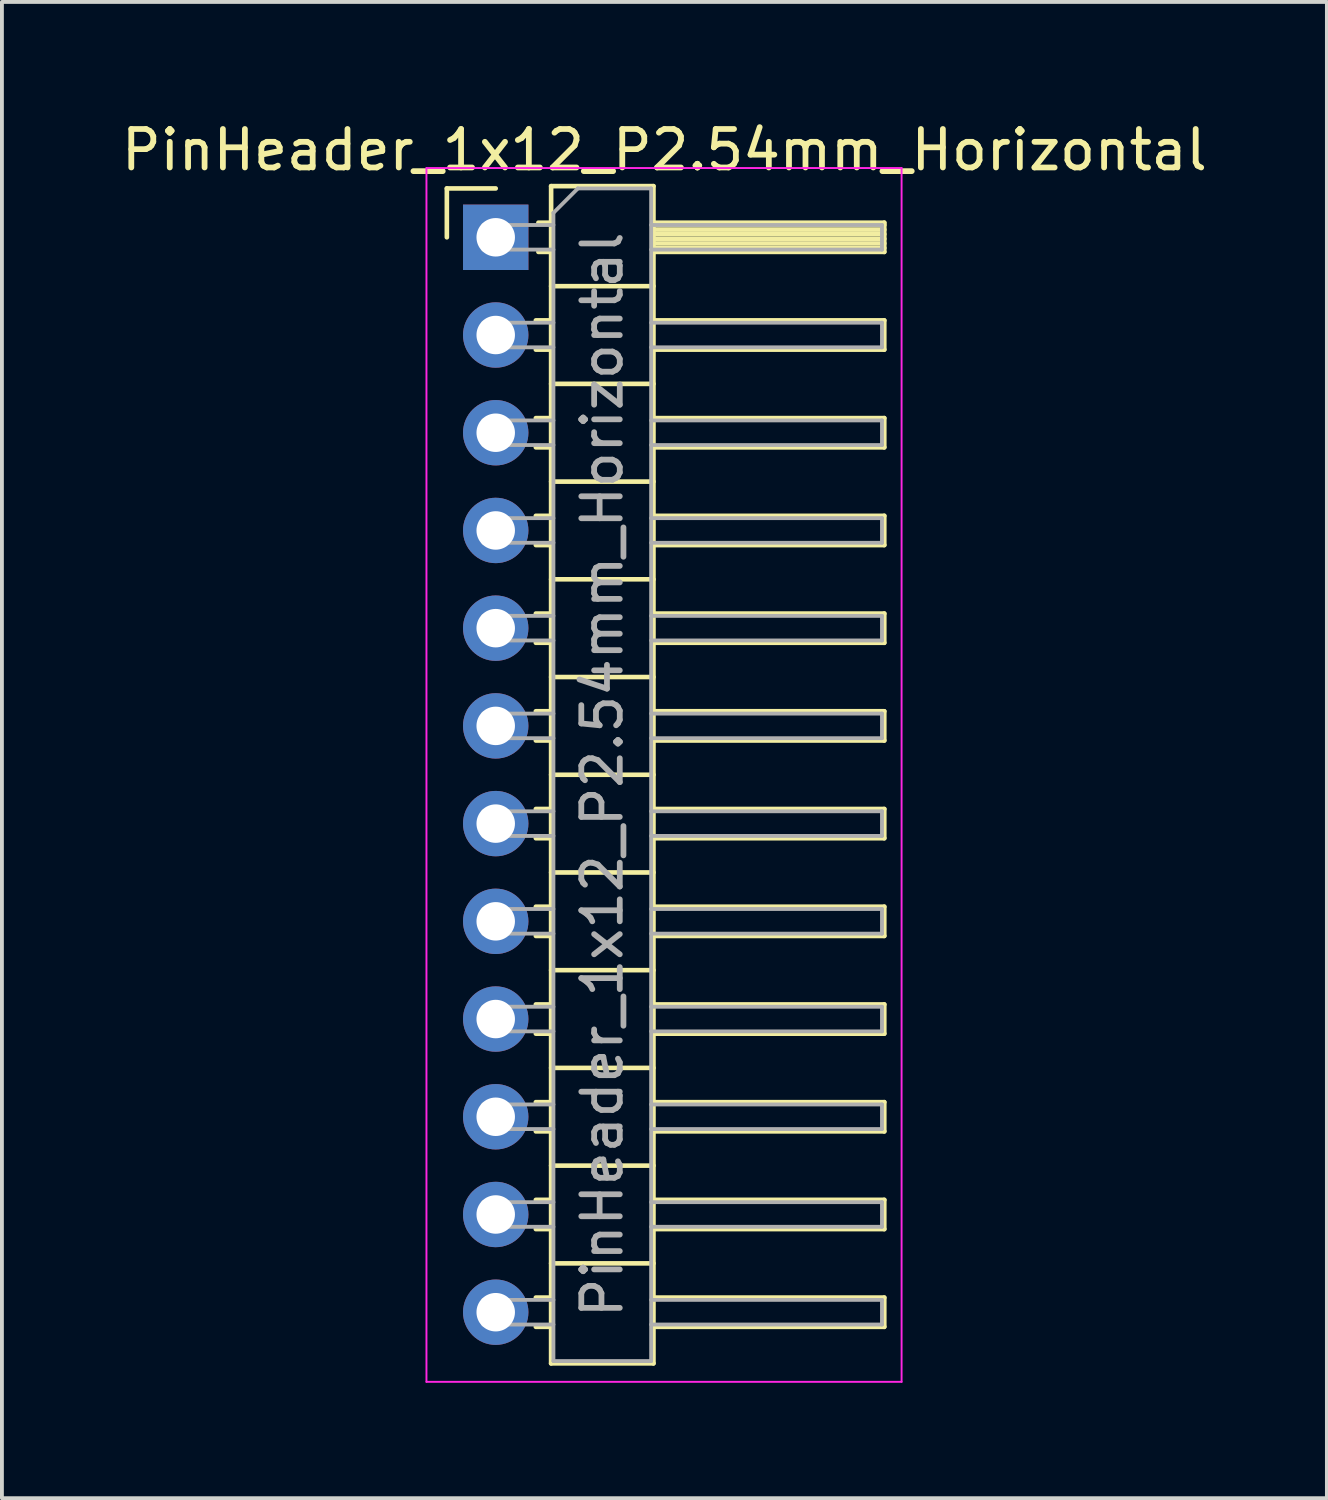
<source format=kicad_pcb>
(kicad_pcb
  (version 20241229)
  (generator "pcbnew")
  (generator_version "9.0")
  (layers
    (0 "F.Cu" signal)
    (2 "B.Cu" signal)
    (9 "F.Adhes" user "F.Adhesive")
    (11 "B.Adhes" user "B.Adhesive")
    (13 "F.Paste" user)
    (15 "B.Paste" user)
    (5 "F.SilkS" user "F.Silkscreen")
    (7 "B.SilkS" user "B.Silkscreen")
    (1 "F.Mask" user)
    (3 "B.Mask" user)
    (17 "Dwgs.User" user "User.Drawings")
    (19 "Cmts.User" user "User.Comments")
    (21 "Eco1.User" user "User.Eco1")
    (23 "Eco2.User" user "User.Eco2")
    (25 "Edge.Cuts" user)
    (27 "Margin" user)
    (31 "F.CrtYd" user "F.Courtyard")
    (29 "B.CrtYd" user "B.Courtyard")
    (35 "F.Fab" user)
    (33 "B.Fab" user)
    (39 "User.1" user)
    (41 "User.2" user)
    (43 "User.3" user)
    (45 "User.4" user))
  (footprint "PinHeader_1x12_P2.54mm_Horizontal"
    (layer "F.Cu")
    (at 9.835 3.118)
    (property "Reference" "PinHeader_1x12_P2.54mm_Horizontal" (at 4.385 -2.27 0) (layer "F.SilkS") (effects (font (size 1 1) (thickness 0.15))))
    (attr through_hole)
    (fp_line (start -1.27 -1.27) (end 0 -1.27) (stroke (width 0.12) (type solid)) (layer "F.SilkS"))
    (fp_line (start -1.27 0) (end -1.27 -1.27) (stroke (width 0.12) (type solid)) (layer "F.SilkS"))
    (fp_line (start 1.043 2.16) (end 1.44 2.16) (stroke (width 0.12) (type solid)) (layer "F.SilkS"))
    (fp_line (start 1.043 2.92) (end 1.44 2.92) (stroke (width 0.12) (type solid)) (layer "F.SilkS"))
    (fp_line (start 1.043 4.7) (end 1.44 4.7) (stroke (width 0.12) (type solid)) (layer "F.SilkS"))
    (fp_line (start 1.043 5.46) (end 1.44 5.46) (stroke (width 0.12) (type solid)) (layer "F.SilkS"))
    (fp_line (start 1.043 7.24) (end 1.44 7.24) (stroke (width 0.12) (type solid)) (layer "F.SilkS"))
    (fp_line (start 1.043 8) (end 1.44 8) (stroke (width 0.12) (type solid)) (layer "F.SilkS"))
    (fp_line (start 1.043 9.78) (end 1.44 9.78) (stroke (width 0.12) (type solid)) (layer "F.SilkS"))
    (fp_line (start 1.043 10.54) (end 1.44 10.54) (stroke (width 0.12) (type solid)) (layer "F.SilkS"))
    (fp_line (start 1.043 12.32) (end 1.44 12.32) (stroke (width 0.12) (type solid)) (layer "F.SilkS"))
    (fp_line (start 1.043 13.08) (end 1.44 13.08) (stroke (width 0.12) (type solid)) (layer "F.SilkS"))
    (fp_line (start 1.043 14.86) (end 1.44 14.86) (stroke (width 0.12) (type solid)) (layer "F.SilkS"))
    (fp_line (start 1.043 15.62) (end 1.44 15.62) (stroke (width 0.12) (type solid)) (layer "F.SilkS"))
    (fp_line (start 1.043 17.4) (end 1.44 17.4) (stroke (width 0.12) (type solid)) (layer "F.SilkS"))
    (fp_line (start 1.043 18.16) (end 1.44 18.16) (stroke (width 0.12) (type solid)) (layer "F.SilkS"))
    (fp_line (start 1.043 19.94) (end 1.44 19.94) (stroke (width 0.12) (type solid)) (layer "F.SilkS"))
    (fp_line (start 1.043 20.7) (end 1.44 20.7) (stroke (width 0.12) (type solid)) (layer "F.SilkS"))
    (fp_line (start 1.043 22.48) (end 1.44 22.48) (stroke (width 0.12) (type solid)) (layer "F.SilkS"))
    (fp_line (start 1.043 23.24) (end 1.44 23.24) (stroke (width 0.12) (type solid)) (layer "F.SilkS"))
    (fp_line (start 1.043 25.02) (end 1.44 25.02) (stroke (width 0.12) (type solid)) (layer "F.SilkS"))
    (fp_line (start 1.043 25.78) (end 1.44 25.78) (stroke (width 0.12) (type solid)) (layer "F.SilkS"))
    (fp_line (start 1.043 27.56) (end 1.44 27.56) (stroke (width 0.12) (type solid)) (layer "F.SilkS"))
    (fp_line (start 1.043 28.32) (end 1.44 28.32) (stroke (width 0.12) (type solid)) (layer "F.SilkS"))
    (fp_line (start 1.11 -0.38) (end 1.44 -0.38) (stroke (width 0.12) (type solid)) (layer "F.SilkS"))
    (fp_line (start 1.11 0.38) (end 1.44 0.38) (stroke (width 0.12) (type solid)) (layer "F.SilkS"))
    (fp_line (start 1.44 -1.33) (end 1.44 29.27) (stroke (width 0.12) (type solid)) (layer "F.SilkS"))
    (fp_line (start 1.44 1.27) (end 4.1 1.27) (stroke (width 0.12) (type solid)) (layer "F.SilkS"))
    (fp_line (start 1.44 3.81) (end 4.1 3.81) (stroke (width 0.12) (type solid)) (layer "F.SilkS"))
    (fp_line (start 1.44 6.35) (end 4.1 6.35) (stroke (width 0.12) (type solid)) (layer "F.SilkS"))
    (fp_line (start 1.44 8.89) (end 4.1 8.89) (stroke (width 0.12) (type solid)) (layer "F.SilkS"))
    (fp_line (start 1.44 11.43) (end 4.1 11.43) (stroke (width 0.12) (type solid)) (layer "F.SilkS"))
    (fp_line (start 1.44 13.97) (end 4.1 13.97) (stroke (width 0.12) (type solid)) (layer "F.SilkS"))
    (fp_line (start 1.44 16.51) (end 4.1 16.51) (stroke (width 0.12) (type solid)) (layer "F.SilkS"))
    (fp_line (start 1.44 19.05) (end 4.1 19.05) (stroke (width 0.12) (type solid)) (layer "F.SilkS"))
    (fp_line (start 1.44 21.59) (end 4.1 21.59) (stroke (width 0.12) (type solid)) (layer "F.SilkS"))
    (fp_line (start 1.44 24.13) (end 4.1 24.13) (stroke (width 0.12) (type solid)) (layer "F.SilkS"))
    (fp_line (start 1.44 26.67) (end 4.1 26.67) (stroke (width 0.12) (type solid)) (layer "F.SilkS"))
    (fp_line (start 1.44 29.27) (end 4.1 29.27) (stroke (width 0.12) (type solid)) (layer "F.SilkS"))
    (fp_line (start 4.1 -1.33) (end 1.44 -1.33) (stroke (width 0.12) (type solid)) (layer "F.SilkS"))
    (fp_line (start 4.1 -0.38) (end 10.1 -0.38) (stroke (width 0.12) (type solid)) (layer "F.SilkS"))
    (fp_line (start 4.1 -0.32) (end 10.1 -0.32) (stroke (width 0.12) (type solid)) (layer "F.SilkS"))
    (fp_line (start 4.1 -0.2) (end 10.1 -0.2) (stroke (width 0.12) (type solid)) (layer "F.SilkS"))
    (fp_line (start 4.1 -0.08) (end 10.1 -0.08) (stroke (width 0.12) (type solid)) (layer "F.SilkS"))
    (fp_line (start 4.1 0.04) (end 10.1 0.04) (stroke (width 0.12) (type solid)) (layer "F.SilkS"))
    (fp_line (start 4.1 0.16) (end 10.1 0.16) (stroke (width 0.12) (type solid)) (layer "F.SilkS"))
    (fp_line (start 4.1 0.28) (end 10.1 0.28) (stroke (width 0.12) (type solid)) (layer "F.SilkS"))
    (fp_line (start 4.1 2.16) (end 10.1 2.16) (stroke (width 0.12) (type solid)) (layer "F.SilkS"))
    (fp_line (start 4.1 4.7) (end 10.1 4.7) (stroke (width 0.12) (type solid)) (layer "F.SilkS"))
    (fp_line (start 4.1 7.24) (end 10.1 7.24) (stroke (width 0.12) (type solid)) (layer "F.SilkS"))
    (fp_line (start 4.1 9.78) (end 10.1 9.78) (stroke (width 0.12) (type solid)) (layer "F.SilkS"))
    (fp_line (start 4.1 12.32) (end 10.1 12.32) (stroke (width 0.12) (type solid)) (layer "F.SilkS"))
    (fp_line (start 4.1 14.86) (end 10.1 14.86) (stroke (width 0.12) (type solid)) (layer "F.SilkS"))
    (fp_line (start 4.1 17.4) (end 10.1 17.4) (stroke (width 0.12) (type solid)) (layer "F.SilkS"))
    (fp_line (start 4.1 19.94) (end 10.1 19.94) (stroke (width 0.12) (type solid)) (layer "F.SilkS"))
    (fp_line (start 4.1 22.48) (end 10.1 22.48) (stroke (width 0.12) (type solid)) (layer "F.SilkS"))
    (fp_line (start 4.1 25.02) (end 10.1 25.02) (stroke (width 0.12) (type solid)) (layer "F.SilkS"))
    (fp_line (start 4.1 27.56) (end 10.1 27.56) (stroke (width 0.12) (type solid)) (layer "F.SilkS"))
    (fp_line (start 4.1 29.27) (end 4.1 -1.33) (stroke (width 0.12) (type solid)) (layer "F.SilkS"))
    (fp_line (start 10.1 -0.38) (end 10.1 0.38) (stroke (width 0.12) (type solid)) (layer "F.SilkS"))
    (fp_line (start 10.1 0.38) (end 4.1 0.38) (stroke (width 0.12) (type solid)) (layer "F.SilkS"))
    (fp_line (start 10.1 2.16) (end 10.1 2.92) (stroke (width 0.12) (type solid)) (layer "F.SilkS"))
    (fp_line (start 10.1 2.92) (end 4.1 2.92) (stroke (width 0.12) (type solid)) (layer "F.SilkS"))
    (fp_line (start 10.1 4.7) (end 10.1 5.46) (stroke (width 0.12) (type solid)) (layer "F.SilkS"))
    (fp_line (start 10.1 5.46) (end 4.1 5.46) (stroke (width 0.12) (type solid)) (layer "F.SilkS"))
    (fp_line (start 10.1 7.24) (end 10.1 8) (stroke (width 0.12) (type solid)) (layer "F.SilkS"))
    (fp_line (start 10.1 8) (end 4.1 8) (stroke (width 0.12) (type solid)) (layer "F.SilkS"))
    (fp_line (start 10.1 9.78) (end 10.1 10.54) (stroke (width 0.12) (type solid)) (layer "F.SilkS"))
    (fp_line (start 10.1 10.54) (end 4.1 10.54) (stroke (width 0.12) (type solid)) (layer "F.SilkS"))
    (fp_line (start 10.1 12.32) (end 10.1 13.08) (stroke (width 0.12) (type solid)) (layer "F.SilkS"))
    (fp_line (start 10.1 13.08) (end 4.1 13.08) (stroke (width 0.12) (type solid)) (layer "F.SilkS"))
    (fp_line (start 10.1 14.86) (end 10.1 15.62) (stroke (width 0.12) (type solid)) (layer "F.SilkS"))
    (fp_line (start 10.1 15.62) (end 4.1 15.62) (stroke (width 0.12) (type solid)) (layer "F.SilkS"))
    (fp_line (start 10.1 17.4) (end 10.1 18.16) (stroke (width 0.12) (type solid)) (layer "F.SilkS"))
    (fp_line (start 10.1 18.16) (end 4.1 18.16) (stroke (width 0.12) (type solid)) (layer "F.SilkS"))
    (fp_line (start 10.1 19.94) (end 10.1 20.7) (stroke (width 0.12) (type solid)) (layer "F.SilkS"))
    (fp_line (start 10.1 20.7) (end 4.1 20.7) (stroke (width 0.12) (type solid)) (layer "F.SilkS"))
    (fp_line (start 10.1 22.48) (end 10.1 23.24) (stroke (width 0.12) (type solid)) (layer "F.SilkS"))
    (fp_line (start 10.1 23.24) (end 4.1 23.24) (stroke (width 0.12) (type solid)) (layer "F.SilkS"))
    (fp_line (start 10.1 25.02) (end 10.1 25.78) (stroke (width 0.12) (type solid)) (layer "F.SilkS"))
    (fp_line (start 10.1 25.78) (end 4.1 25.78) (stroke (width 0.12) (type solid)) (layer "F.SilkS"))
    (fp_line (start 10.1 27.56) (end 10.1 28.32) (stroke (width 0.12) (type solid)) (layer "F.SilkS"))
    (fp_line (start 10.1 28.32) (end 4.1 28.32) (stroke (width 0.12) (type solid)) (layer "F.SilkS"))
    (fp_line (start -1.8 -1.8) (end -1.8 29.75) (stroke (width 0.05) (type solid)) (layer "F.CrtYd"))
    (fp_line (start -1.8 29.75) (end 10.55 29.75) (stroke (width 0.05) (type solid)) (layer "F.CrtYd"))
    (fp_line (start 10.55 -1.8) (end -1.8 -1.8) (stroke (width 0.05) (type solid)) (layer "F.CrtYd"))
    (fp_line (start 10.55 29.75) (end 10.55 -1.8) (stroke (width 0.05) (type solid)) (layer "F.CrtYd"))
    (fp_line (start -0.32 -0.32) (end -0.32 0.32) (stroke (width 0.1) (type solid)) (layer "F.Fab"))
    (fp_line (start -0.32 -0.32) (end 1.5 -0.32) (stroke (width 0.1) (type solid)) (layer "F.Fab"))
    (fp_line (start -0.32 0.32) (end 1.5 0.32) (stroke (width 0.1) (type solid)) (layer "F.Fab"))
    (fp_line (start -0.32 2.22) (end -0.32 2.86) (stroke (width 0.1) (type solid)) (layer "F.Fab"))
    (fp_line (start -0.32 2.22) (end 1.5 2.22) (stroke (width 0.1) (type solid)) (layer "F.Fab"))
    (fp_line (start -0.32 2.86) (end 1.5 2.86) (stroke (width 0.1) (type solid)) (layer "F.Fab"))
    (fp_line (start -0.32 4.76) (end -0.32 5.4) (stroke (width 0.1) (type solid)) (layer "F.Fab"))
    (fp_line (start -0.32 4.76) (end 1.5 4.76) (stroke (width 0.1) (type solid)) (layer "F.Fab"))
    (fp_line (start -0.32 5.4) (end 1.5 5.4) (stroke (width 0.1) (type solid)) (layer "F.Fab"))
    (fp_line (start -0.32 7.3) (end -0.32 7.94) (stroke (width 0.1) (type solid)) (layer "F.Fab"))
    (fp_line (start -0.32 7.3) (end 1.5 7.3) (stroke (width 0.1) (type solid)) (layer "F.Fab"))
    (fp_line (start -0.32 7.94) (end 1.5 7.94) (stroke (width 0.1) (type solid)) (layer "F.Fab"))
    (fp_line (start -0.32 9.84) (end -0.32 10.48) (stroke (width 0.1) (type solid)) (layer "F.Fab"))
    (fp_line (start -0.32 9.84) (end 1.5 9.84) (stroke (width 0.1) (type solid)) (layer "F.Fab"))
    (fp_line (start -0.32 10.48) (end 1.5 10.48) (stroke (width 0.1) (type solid)) (layer "F.Fab"))
    (fp_line (start -0.32 12.38) (end -0.32 13.02) (stroke (width 0.1) (type solid)) (layer "F.Fab"))
    (fp_line (start -0.32 12.38) (end 1.5 12.38) (stroke (width 0.1) (type solid)) (layer "F.Fab"))
    (fp_line (start -0.32 13.02) (end 1.5 13.02) (stroke (width 0.1) (type solid)) (layer "F.Fab"))
    (fp_line (start -0.32 14.92) (end -0.32 15.56) (stroke (width 0.1) (type solid)) (layer "F.Fab"))
    (fp_line (start -0.32 14.92) (end 1.5 14.92) (stroke (width 0.1) (type solid)) (layer "F.Fab"))
    (fp_line (start -0.32 15.56) (end 1.5 15.56) (stroke (width 0.1) (type solid)) (layer "F.Fab"))
    (fp_line (start -0.32 17.46) (end -0.32 18.1) (stroke (width 0.1) (type solid)) (layer "F.Fab"))
    (fp_line (start -0.32 17.46) (end 1.5 17.46) (stroke (width 0.1) (type solid)) (layer "F.Fab"))
    (fp_line (start -0.32 18.1) (end 1.5 18.1) (stroke (width 0.1) (type solid)) (layer "F.Fab"))
    (fp_line (start -0.32 20) (end -0.32 20.64) (stroke (width 0.1) (type solid)) (layer "F.Fab"))
    (fp_line (start -0.32 20) (end 1.5 20) (stroke (width 0.1) (type solid)) (layer "F.Fab"))
    (fp_line (start -0.32 20.64) (end 1.5 20.64) (stroke (width 0.1) (type solid)) (layer "F.Fab"))
    (fp_line (start -0.32 22.54) (end -0.32 23.18) (stroke (width 0.1) (type solid)) (layer "F.Fab"))
    (fp_line (start -0.32 22.54) (end 1.5 22.54) (stroke (width 0.1) (type solid)) (layer "F.Fab"))
    (fp_line (start -0.32 23.18) (end 1.5 23.18) (stroke (width 0.1) (type solid)) (layer "F.Fab"))
    (fp_line (start -0.32 25.08) (end -0.32 25.72) (stroke (width 0.1) (type solid)) (layer "F.Fab"))
    (fp_line (start -0.32 25.08) (end 1.5 25.08) (stroke (width 0.1) (type solid)) (layer "F.Fab"))
    (fp_line (start -0.32 25.72) (end 1.5 25.72) (stroke (width 0.1) (type solid)) (layer "F.Fab"))
    (fp_line (start -0.32 27.62) (end -0.32 28.26) (stroke (width 0.1) (type solid)) (layer "F.Fab"))
    (fp_line (start -0.32 27.62) (end 1.5 27.62) (stroke (width 0.1) (type solid)) (layer "F.Fab"))
    (fp_line (start -0.32 28.26) (end 1.5 28.26) (stroke (width 0.1) (type solid)) (layer "F.Fab"))
    (fp_line (start 1.5 -0.635) (end 2.135 -1.27) (stroke (width 0.1) (type solid)) (layer "F.Fab"))
    (fp_line (start 1.5 29.21) (end 1.5 -0.635) (stroke (width 0.1) (type solid)) (layer "F.Fab"))
    (fp_line (start 2.135 -1.27) (end 4.04 -1.27) (stroke (width 0.1) (type solid)) (layer "F.Fab"))
    (fp_line (start 4.04 -1.27) (end 4.04 29.21) (stroke (width 0.1) (type solid)) (layer "F.Fab"))
    (fp_line (start 4.04 -0.32) (end 10.04 -0.32) (stroke (width 0.1) (type solid)) (layer "F.Fab"))
    (fp_line (start 4.04 0.32) (end 10.04 0.32) (stroke (width 0.1) (type solid)) (layer "F.Fab"))
    (fp_line (start 4.04 2.22) (end 10.04 2.22) (stroke (width 0.1) (type solid)) (layer "F.Fab"))
    (fp_line (start 4.04 2.86) (end 10.04 2.86) (stroke (width 0.1) (type solid)) (layer "F.Fab"))
    (fp_line (start 4.04 4.76) (end 10.04 4.76) (stroke (width 0.1) (type solid)) (layer "F.Fab"))
    (fp_line (start 4.04 5.4) (end 10.04 5.4) (stroke (width 0.1) (type solid)) (layer "F.Fab"))
    (fp_line (start 4.04 7.3) (end 10.04 7.3) (stroke (width 0.1) (type solid)) (layer "F.Fab"))
    (fp_line (start 4.04 7.94) (end 10.04 7.94) (stroke (width 0.1) (type solid)) (layer "F.Fab"))
    (fp_line (start 4.04 9.84) (end 10.04 9.84) (stroke (width 0.1) (type solid)) (layer "F.Fab"))
    (fp_line (start 4.04 10.48) (end 10.04 10.48) (stroke (width 0.1) (type solid)) (layer "F.Fab"))
    (fp_line (start 4.04 12.38) (end 10.04 12.38) (stroke (width 0.1) (type solid)) (layer "F.Fab"))
    (fp_line (start 4.04 13.02) (end 10.04 13.02) (stroke (width 0.1) (type solid)) (layer "F.Fab"))
    (fp_line (start 4.04 14.92) (end 10.04 14.92) (stroke (width 0.1) (type solid)) (layer "F.Fab"))
    (fp_line (start 4.04 15.56) (end 10.04 15.56) (stroke (width 0.1) (type solid)) (layer "F.Fab"))
    (fp_line (start 4.04 17.46) (end 10.04 17.46) (stroke (width 0.1) (type solid)) (layer "F.Fab"))
    (fp_line (start 4.04 18.1) (end 10.04 18.1) (stroke (width 0.1) (type solid)) (layer "F.Fab"))
    (fp_line (start 4.04 20) (end 10.04 20) (stroke (width 0.1) (type solid)) (layer "F.Fab"))
    (fp_line (start 4.04 20.64) (end 10.04 20.64) (stroke (width 0.1) (type solid)) (layer "F.Fab"))
    (fp_line (start 4.04 22.54) (end 10.04 22.54) (stroke (width 0.1) (type solid)) (layer "F.Fab"))
    (fp_line (start 4.04 23.18) (end 10.04 23.18) (stroke (width 0.1) (type solid)) (layer "F.Fab"))
    (fp_line (start 4.04 25.08) (end 10.04 25.08) (stroke (width 0.1) (type solid)) (layer "F.Fab"))
    (fp_line (start 4.04 25.72) (end 10.04 25.72) (stroke (width 0.1) (type solid)) (layer "F.Fab"))
    (fp_line (start 4.04 27.62) (end 10.04 27.62) (stroke (width 0.1) (type solid)) (layer "F.Fab"))
    (fp_line (start 4.04 28.26) (end 10.04 28.26) (stroke (width 0.1) (type solid)) (layer "F.Fab"))
    (fp_line (start 4.04 29.21) (end 1.5 29.21) (stroke (width 0.1) (type solid)) (layer "F.Fab"))
    (fp_line (start 10.04 -0.32) (end 10.04 0.32) (stroke (width 0.1) (type solid)) (layer "F.Fab"))
    (fp_line (start 10.04 2.22) (end 10.04 2.86) (stroke (width 0.1) (type solid)) (layer "F.Fab"))
    (fp_line (start 10.04 4.76) (end 10.04 5.4) (stroke (width 0.1) (type solid)) (layer "F.Fab"))
    (fp_line (start 10.04 7.3) (end 10.04 7.94) (stroke (width 0.1) (type solid)) (layer "F.Fab"))
    (fp_line (start 10.04 9.84) (end 10.04 10.48) (stroke (width 0.1) (type solid)) (layer "F.Fab"))
    (fp_line (start 10.04 12.38) (end 10.04 13.02) (stroke (width 0.1) (type solid)) (layer "F.Fab"))
    (fp_line (start 10.04 14.92) (end 10.04 15.56) (stroke (width 0.1) (type solid)) (layer "F.Fab"))
    (fp_line (start 10.04 17.46) (end 10.04 18.1) (stroke (width 0.1) (type solid)) (layer "F.Fab"))
    (fp_line (start 10.04 20) (end 10.04 20.64) (stroke (width 0.1) (type solid)) (layer "F.Fab"))
    (fp_line (start 10.04 22.54) (end 10.04 23.18) (stroke (width 0.1) (type solid)) (layer "F.Fab"))
    (fp_line (start 10.04 25.08) (end 10.04 25.72) (stroke (width 0.1) (type solid)) (layer "F.Fab"))
    (fp_line (start 10.04 27.62) (end 10.04 28.26) (stroke (width 0.1) (type solid)) (layer "F.Fab"))
    (fp_text user "${REFERENCE}" (at 2.77 13.97 90) (layer "F.Fab") (effects (font (size 1 1) (thickness 0.15))))
    (pad "1" thru_hole rect (at 0 0) (size 1.7 1.7) (drill 1) (layers "*.Cu" "*.Mask"))
    (pad "2" thru_hole oval (at 0 2.54) (size 1.7 1.7) (drill 1) (layers "*.Cu" "*.Mask"))
    (pad "3" thru_hole oval (at 0 5.08) (size 1.7 1.7) (drill 1) (layers "*.Cu" "*.Mask"))
    (pad "4" thru_hole oval (at 0 7.62) (size 1.7 1.7) (drill 1) (layers "*.Cu" "*.Mask"))
    (pad "5" thru_hole oval (at 0 10.16) (size 1.7 1.7) (drill 1) (layers "*.Cu" "*.Mask"))
    (pad "6" thru_hole oval (at 0 12.7) (size 1.7 1.7) (drill 1) (layers "*.Cu" "*.Mask"))
    (pad "7" thru_hole oval (at 0 15.24) (size 1.7 1.7) (drill 1) (layers "*.Cu" "*.Mask"))
    (pad "8" thru_hole oval (at 0 17.78) (size 1.7 1.7) (drill 1) (layers "*.Cu" "*.Mask"))
    (pad "9" thru_hole oval (at 0 20.32) (size 1.7 1.7) (drill 1) (layers "*.Cu" "*.Mask"))
    (pad "10" thru_hole oval (at 0 22.86) (size 1.7 1.7) (drill 1) (layers "*.Cu" "*.Mask"))
    (pad "11" thru_hole oval (at 0 25.4) (size 1.7 1.7) (drill 1) (layers "*.Cu" "*.Mask"))
    (pad "12" thru_hole oval (at 0 27.94) (size 1.7 1.7) (drill 1) (layers "*.Cu" "*.Mask")))
  (gr_rect
    (start -3 -3)
    (end 31.44 35.893)
    (stroke (width 0.1) (type default))
    (fill no)
    (layer "Edge.Cuts")))
</source>
